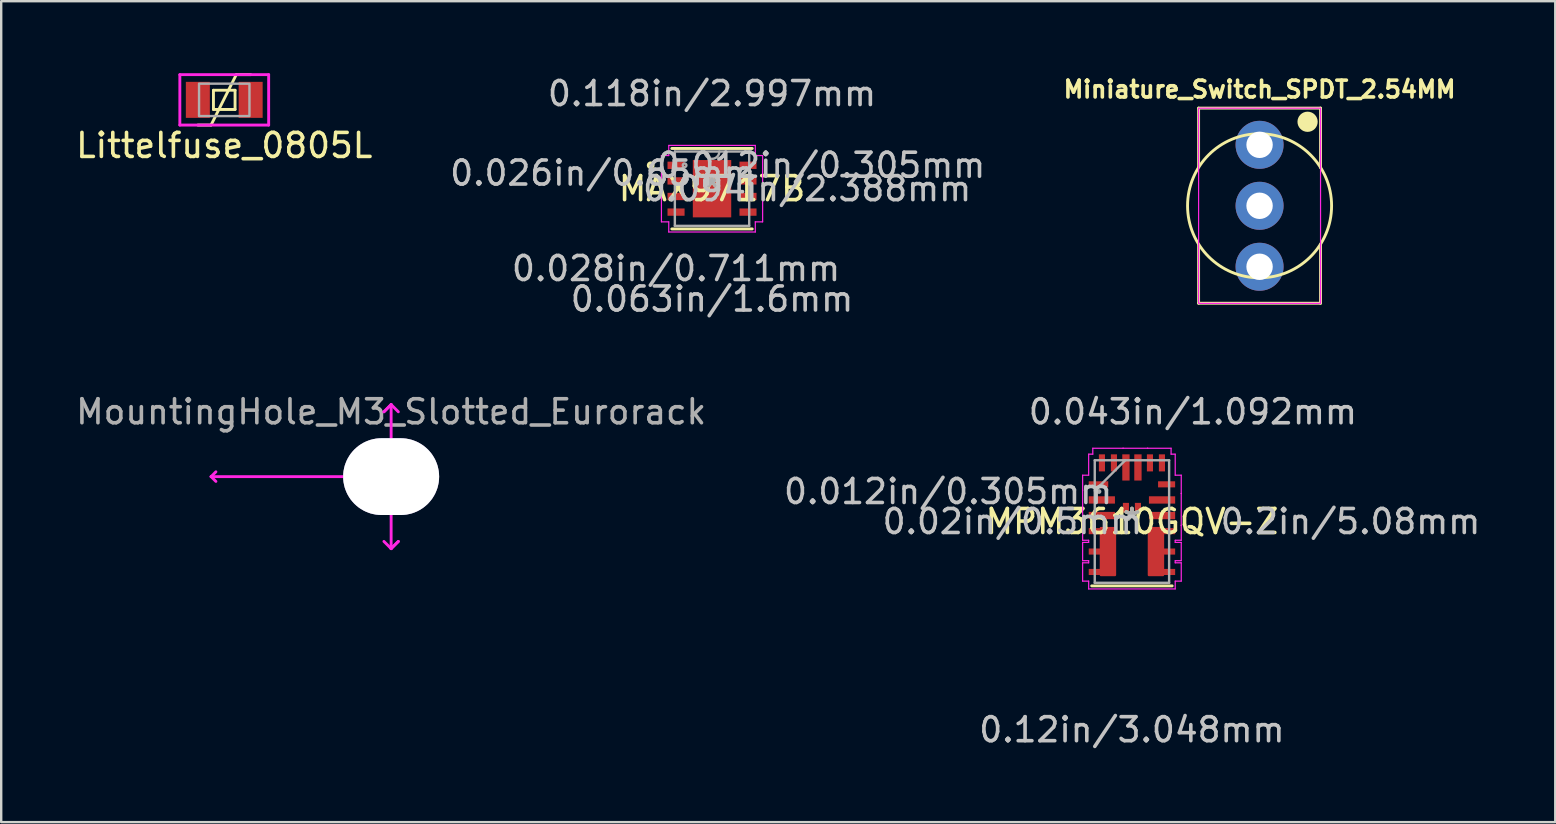
<source format=kicad_pcb>
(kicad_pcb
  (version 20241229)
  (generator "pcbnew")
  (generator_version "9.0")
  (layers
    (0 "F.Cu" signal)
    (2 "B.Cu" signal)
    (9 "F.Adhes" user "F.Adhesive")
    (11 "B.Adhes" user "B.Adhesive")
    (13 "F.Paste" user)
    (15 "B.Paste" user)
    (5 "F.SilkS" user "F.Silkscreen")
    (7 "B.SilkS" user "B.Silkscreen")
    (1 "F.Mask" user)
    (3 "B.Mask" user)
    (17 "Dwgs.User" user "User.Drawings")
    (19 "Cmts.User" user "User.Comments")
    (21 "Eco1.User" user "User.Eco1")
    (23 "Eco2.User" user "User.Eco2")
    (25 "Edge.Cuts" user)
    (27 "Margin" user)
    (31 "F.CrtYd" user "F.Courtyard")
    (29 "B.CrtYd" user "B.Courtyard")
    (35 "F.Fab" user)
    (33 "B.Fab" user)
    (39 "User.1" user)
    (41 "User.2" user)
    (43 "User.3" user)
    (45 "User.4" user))
  (footprint "Littelfuse_0805L"
    (layer "F.Cu")
    (at 6.292 1.11)
    (property "Reference" "Littelfuse_0805L" (at 0 1.9 0) (layer "F.SilkS") (effects (font (size 1 1) (thickness 0.15))))
    (attr through_hole)
    (fp_line (start -0.55 1.05) (end -1.1 1.05) (stroke (width 0.12) (type solid)) (layer "F.SilkS"))
    (fp_line (start -0.55 1.05) (end 0.5 -1.05) (stroke (width 0.12) (type solid)) (layer "F.SilkS"))
    (fp_line (start -0.45 -0.4) (end 0.45 -0.4) (stroke (width 0.12) (type solid)) (layer "F.SilkS"))
    (fp_line (start -0.45 0.4) (end -0.45 -0.4) (stroke (width 0.12) (type solid)) (layer "F.SilkS"))
    (fp_line (start 0.45 -0.4) (end 0.45 0.4) (stroke (width 0.12) (type solid)) (layer "F.SilkS"))
    (fp_line (start 0.45 0.4) (end -0.45 0.4) (stroke (width 0.12) (type solid)) (layer "F.SilkS"))
    (fp_line (start 0.5 -1.05) (end 1.1 -1.05) (stroke (width 0.12) (type solid)) (layer "F.SilkS"))
    (fp_line (start -1.85 -1.05) (end 1.85 -1.05) (stroke (width 0.12) (type solid)) (layer "F.CrtYd"))
    (fp_line (start -1.85 1.05) (end -1.85 -1.05) (stroke (width 0.12) (type solid)) (layer "F.CrtYd"))
    (fp_line (start 1.85 -1.05) (end 1.85 1.05) (stroke (width 0.12) (type solid)) (layer "F.CrtYd"))
    (fp_line (start 1.85 1.05) (end -1.85 1.05) (stroke (width 0.12) (type solid)) (layer "F.CrtYd"))
    (fp_poly (pts (xy 1.05 0.675) (xy -1.05 0.675) (xy -1.05 -0.675) (xy 1.05 -0.675)) (stroke (width 0.1) (type solid)) (fill no) (layer "F.Fab"))
    (pad "1" smd rect (at -1.1 0) (size 1 1.5) (layers "F.Cu" "F.Mask" "F.Paste"))
    (pad "2" smd rect (at 1.1 0) (size 1 1.5) (layers "F.Cu" "F.Mask" "F.Paste")))
  (footprint "MAX9717B"
    (layer "F.Cu")
    (at 26.612 4.811)
    (property "Reference" "MAX9717B" (at 0 0 0) (layer "F.SilkS") (effects (font (size 1 1) (thickness 0.15))))
    (attr through_hole)
    (fp_line (start -1.676 1.676) (end 1.676 1.676) (stroke (width 0.12) (type solid)) (layer "F.SilkS"))
    (fp_line (start 1.676 -1.676) (end -1.676 -1.676) (stroke (width 0.12) (type solid)) (layer "F.SilkS"))
    (fp_circle (center -2.555 -0.975) (end -2.453 -0.975) (stroke (width 0.12) (type solid)) (fill no) (layer "F.SilkS"))
    (fp_line (start -2.108 -1.381) (end -1.803 -1.381) (stroke (width 0.05) (type solid)) (layer "F.CrtYd"))
    (fp_line (start -2.108 1.381) (end -2.108 -1.381) (stroke (width 0.05) (type solid)) (layer "F.CrtYd"))
    (fp_line (start -1.803 -1.803) (end 1.803 -1.803) (stroke (width 0.05) (type solid)) (layer "F.CrtYd"))
    (fp_line (start -1.803 -1.381) (end -1.803 -1.803) (stroke (width 0.05) (type solid)) (layer "F.CrtYd"))
    (fp_line (start -1.803 1.381) (end -2.108 1.381) (stroke (width 0.05) (type solid)) (layer "F.CrtYd"))
    (fp_line (start -1.803 1.803) (end -1.803 1.381) (stroke (width 0.05) (type solid)) (layer "F.CrtYd"))
    (fp_line (start 1.803 -1.803) (end 1.803 -1.381) (stroke (width 0.05) (type solid)) (layer "F.CrtYd"))
    (fp_line (start 1.803 -1.381) (end 2.108 -1.381) (stroke (width 0.05) (type solid)) (layer "F.CrtYd"))
    (fp_line (start 1.803 1.381) (end 1.803 1.803) (stroke (width 0.05) (type solid)) (layer "F.CrtYd"))
    (fp_line (start 1.803 1.803) (end -1.803 1.803) (stroke (width 0.05) (type solid)) (layer "F.CrtYd"))
    (fp_line (start 2.108 -1.381) (end 2.108 1.381) (stroke (width 0.05) (type solid)) (layer "F.CrtYd"))
    (fp_line (start 2.108 1.381) (end 1.803 1.381) (stroke (width 0.05) (type solid)) (layer "F.CrtYd"))
    (fp_line (start -1.549 -1.549) (end -1.549 1.549) (stroke (width 0.1) (type solid)) (layer "F.Fab"))
    (fp_line (start -1.549 1.549) (end 1.549 1.549) (stroke (width 0.1) (type solid)) (layer "F.Fab"))
    (fp_line (start 1.549 -1.549) (end -1.549 -1.549) (stroke (width 0.1) (type solid)) (layer "F.Fab"))
    (fp_line (start 1.549 1.549) (end 1.549 -1.549) (stroke (width 0.1) (type solid)) (layer "F.Fab"))
    (fp_arc (start 0.3048 -1.5494) (mid 0 -1.2446) (end -0.3048 -1.5494) (stroke (width 0.1) (type solid)) (layer "F.Fab"))
    (fp_circle (center -1.143 -0.975) (end -1.067 -0.975) (stroke (width 0.1) (type solid)) (fill no) (layer "F.Fab"))
    (fp_text user "*" (at 0 0 0) (layer "F.SilkS") (effects (font (size 1 1) (thickness 0.15))))
    (fp_text user "0.094in/2.388mm" (at 3.962 0 0) (layer "Dwgs.User") (effects (font (size 1 1) (thickness 0.15))))
    (fp_text user "0.028in/0.711mm" (at -1.499 3.327 0) (layer "Dwgs.User") (effects (font (size 1 1) (thickness 0.15))))
    (fp_text user "0.063in/1.6mm" (at 0 4.597 0) (layer "Dwgs.User") (effects (font (size 1 1) (thickness 0.15))))
    (fp_text user "0.012in/0.305mm" (at 4.547 -0.975 0) (layer "Dwgs.User") (effects (font (size 1 1) (thickness 0.15))))
    (fp_text user "0.026in/0.65mm" (at -4.547 -0.65 0) (layer "Dwgs.User") (effects (font (size 1 1) (thickness 0.15))))
    (fp_text user "0.118in/2.997mm" (at 0 -3.962 0) (layer "Dwgs.User") (effects (font (size 1 1) (thickness 0.15))))
    (fp_text user "Copyright 2021 Accelerated Designs. All rights reserved." (at 0 0 0) (layer "Cmts.User") (effects (font (size 0.127 0.127) (thickness 0.002))))
    (fp_text user "*" (at 0 0 0) (layer "F.Fab") (effects (font (size 1 1) (thickness 0.15))))
    (pad "1" smd rect (at -1.499 -0.975) (size 0.711 0.305) (layers "F.Cu" "F.Mask" "F.Paste"))
    (pad "2" smd rect (at -1.499 -0.325) (size 0.711 0.305) (layers "F.Cu" "F.Mask" "F.Paste"))
    (pad "3" smd rect (at -1.499 0.325) (size 0.711 0.305) (layers "F.Cu" "F.Mask" "F.Paste"))
    (pad "4" smd rect (at -1.499 0.975) (size 0.711 0.305) (layers "F.Cu" "F.Mask" "F.Paste"))
    (pad "5" smd rect (at 1.499 0.975) (size 0.711 0.305) (layers "F.Cu" "F.Mask" "F.Paste"))
    (pad "6" smd rect (at 1.499 0.325) (size 0.711 0.305) (layers "F.Cu" "F.Mask" "F.Paste"))
    (pad "7" smd rect (at 1.499 -0.325) (size 0.711 0.305) (layers "F.Cu" "F.Mask" "F.Paste"))
    (pad "8" smd rect (at 1.499 -0.975) (size 0.711 0.305) (layers "F.Cu" "F.Mask" "F.Paste"))
    (pad "9" smd rect (at 0 0) (size 1.6 2.388) (layers "F.Cu" "F.Mask" "F.Paste")))
  (footprint "Miniature_Switch_SPDT_2.54MM"
    (layer "F.Cu")
    (at 49.422 5.523)
    (property "Reference" "Miniature_Switch_SPDT_2.54MM" (at 0 -4.85 0) (unlocked yes) (layer "F.SilkS") (effects (font (size 0.7 0.7) (thickness 0.15))))
    (attr through_hole)
    (fp_line (start -2.54 -4.07) (end -2.54 -1.62) (stroke (width 0.12) (type solid)) (layer "F.SilkS"))
    (fp_line (start -2.54 -4.07) (end 2.54 -4.07) (stroke (width 0.12) (type solid)) (layer "F.SilkS"))
    (fp_line (start -2.54 4.06) (end -2.54 1.62) (stroke (width 0.12) (type solid)) (layer "F.SilkS"))
    (fp_line (start -2.54 4.06) (end 2.54 4.06) (stroke (width 0.12) (type solid)) (layer "F.SilkS"))
    (fp_line (start 2.54 -4.07) (end 2.54 -1.59) (stroke (width 0.12) (type solid)) (layer "F.SilkS"))
    (fp_line (start 2.54 4.06) (end 2.54 1.61) (stroke (width 0.12) (type solid)) (layer "F.SilkS"))
    (fp_circle (center 0 0) (end 3 0) (stroke (width 0.12) (type solid)) (fill no) (layer "F.SilkS"))
    (fp_circle (center 2 -3.5) (end 2.361 -3.5) (stroke (width 0.12) (type solid)) (fill yes) (layer "F.SilkS"))
    (fp_rect (start -2.54 -4.065) (end 2.54 4.065) (stroke (width 0.05) (type solid)) (fill no) (layer "F.CrtYd"))
    (pad "1" thru_hole circle (at 0 -2.54) (size 2 2) (drill 1.1) (layers "*.Cu" "*.Mask"))
    (pad "2" thru_hole circle (at 0 0) (size 2 2) (drill 1.1) (layers "*.Cu" "*.Mask"))
    (pad "3" thru_hole circle (at 0 2.54) (size 2 2) (drill 1.1) (layers "*.Cu" "*.Mask")))
  (footprint "MPM3610GQV-Z"
    (layer "F.Cu")
    (at 44.105 18.677)
    (property "Reference" "MPM3610GQV-Z" (at 0 0 0) (layer "F.SilkS") (effects (font (size 1 1) (thickness 0.15))))
    (attr through_hole)
    (fp_poly (pts (xy -1.292 0.273) (xy -0.708 0.273) (xy -0.708 2.227) (xy -1.292 2.227)) (stroke (width 0.1) (type solid)) (fill yes) (layer "F.Cu"))
    (fp_poly (pts (xy 1.292 2.227) (xy 0.708 2.227) (xy 0.708 0.273) (xy 1.292 0.273)) (stroke (width 0.1) (type solid)) (fill yes) (layer "F.Cu"))
    (fp_circle (center -2.434 -1.25) (end -2.434 -1.25) (stroke (width 0.1) (type solid)) (fill no) (layer "F.Mask"))
    (fp_poly (pts (xy -1.292 0.273) (xy -0.708 0.273) (xy -0.708 2.227) (xy -1.292 2.227)) (stroke (width 0.1) (type solid)) (fill yes) (layer "F.Mask"))
    (fp_poly (pts (xy 1.292 2.227) (xy 0.708 2.227) (xy 0.708 0.273) (xy 1.292 0.273)) (stroke (width 0.1) (type solid)) (fill yes) (layer "F.Mask"))
    (fp_line (start 1.676 2.68) (end -1.676 2.68) (stroke (width 0.12) (type solid)) (layer "F.SilkS"))
    (fp_poly (pts (xy -1.292 0.273) (xy -0.708 0.273) (xy -0.708 2.227) (xy -1.292 2.227)) (stroke (width 0.1) (type solid)) (fill yes) (layer "F.Paste"))
    (fp_poly (pts (xy 1.292 2.227) (xy 0.708 2.227) (xy 0.708 0.273) (xy 1.292 0.273)) (stroke (width 0.1) (type solid)) (fill yes) (layer "F.Paste"))
    (fp_line (start -2.054 -1.931) (end -2.054 -1.306) (stroke (width 0.05) (type solid)) (layer "F.CrtYd"))
    (fp_line (start -2.054 -1.306) (end -2.054 -1.306) (stroke (width 0.05) (type solid)) (layer "F.CrtYd"))
    (fp_line (start -2.054 -1.306) (end -2.054 0.019) (stroke (width 0.05) (type solid)) (layer "F.CrtYd"))
    (fp_line (start -2.054 0.019) (end -2.054 0.019) (stroke (width 0.05) (type solid)) (layer "F.CrtYd"))
    (fp_line (start -2.054 0.019) (end -2.054 0.781) (stroke (width 0.05) (type solid)) (layer "F.CrtYd"))
    (fp_line (start -2.054 0.781) (end -1.803 0.781) (stroke (width 0.05) (type solid)) (layer "F.CrtYd"))
    (fp_line (start -2.054 0.869) (end -2.054 1.631) (stroke (width 0.05) (type solid)) (layer "F.CrtYd"))
    (fp_line (start -2.054 1.631) (end -1.803 1.631) (stroke (width 0.05) (type solid)) (layer "F.CrtYd"))
    (fp_line (start -2.054 1.719) (end -2.054 2.481) (stroke (width 0.05) (type solid)) (layer "F.CrtYd"))
    (fp_line (start -2.054 2.481) (end -1.803 2.481) (stroke (width 0.05) (type solid)) (layer "F.CrtYd"))
    (fp_line (start -1.803 -2.807) (end -1.803 -1.931) (stroke (width 0.05) (type solid)) (layer "F.CrtYd"))
    (fp_line (start -1.803 -1.931) (end -2.054 -1.931) (stroke (width 0.05) (type solid)) (layer "F.CrtYd"))
    (fp_line (start -1.803 0.781) (end -1.803 0.869) (stroke (width 0.05) (type solid)) (layer "F.CrtYd"))
    (fp_line (start -1.803 0.869) (end -2.054 0.869) (stroke (width 0.05) (type solid)) (layer "F.CrtYd"))
    (fp_line (start -1.803 1.631) (end -1.803 1.719) (stroke (width 0.05) (type solid)) (layer "F.CrtYd"))
    (fp_line (start -1.803 1.719) (end -2.054 1.719) (stroke (width 0.05) (type solid)) (layer "F.CrtYd"))
    (fp_line (start -1.803 2.481) (end -1.803 2.807) (stroke (width 0.05) (type solid)) (layer "F.CrtYd"))
    (fp_line (start -1.803 2.807) (end 1.803 2.807) (stroke (width 0.05) (type solid)) (layer "F.CrtYd"))
    (fp_line (start -1.631 -3.054) (end -1.631 -2.807) (stroke (width 0.05) (type solid)) (layer "F.CrtYd"))
    (fp_line (start -1.631 -2.807) (end -1.803 -2.807) (stroke (width 0.05) (type solid)) (layer "F.CrtYd"))
    (fp_line (start -0.369 -3.054) (end -0.369 -3.054) (stroke (width 0.05) (type solid)) (layer "F.CrtYd"))
    (fp_line (start -0.369 -3.054) (end -1.631 -3.054) (stroke (width 0.05) (type solid)) (layer "F.CrtYd"))
    (fp_line (start 0.656 -3.054) (end -0.369 -3.054) (stroke (width 0.05) (type solid)) (layer "F.CrtYd"))
    (fp_line (start 0.656 -3.054) (end 0.656 -3.054) (stroke (width 0.05) (type solid)) (layer "F.CrtYd"))
    (fp_line (start 1.631 -3.054) (end 0.656 -3.054) (stroke (width 0.05) (type solid)) (layer "F.CrtYd"))
    (fp_line (start 1.631 -2.807) (end 1.631 -3.054) (stroke (width 0.05) (type solid)) (layer "F.CrtYd"))
    (fp_line (start 1.803 -2.807) (end 1.631 -2.807) (stroke (width 0.05) (type solid)) (layer "F.CrtYd"))
    (fp_line (start 1.803 -1.931) (end 1.803 -2.807) (stroke (width 0.05) (type solid)) (layer "F.CrtYd"))
    (fp_line (start 1.803 0.781) (end 2.054 0.781) (stroke (width 0.05) (type solid)) (layer "F.CrtYd"))
    (fp_line (start 1.803 0.869) (end 1.803 0.781) (stroke (width 0.05) (type solid)) (layer "F.CrtYd"))
    (fp_line (start 1.803 1.631) (end 2.054 1.631) (stroke (width 0.05) (type solid)) (layer "F.CrtYd"))
    (fp_line (start 1.803 1.719) (end 1.803 1.631) (stroke (width 0.05) (type solid)) (layer "F.CrtYd"))
    (fp_line (start 1.803 2.481) (end 2.054 2.481) (stroke (width 0.05) (type solid)) (layer "F.CrtYd"))
    (fp_line (start 1.803 2.807) (end 1.803 2.481) (stroke (width 0.05) (type solid)) (layer "F.CrtYd"))
    (fp_line (start 2.054 -1.931) (end 1.803 -1.931) (stroke (width 0.05) (type solid)) (layer "F.CrtYd"))
    (fp_line (start 2.054 -1.169) (end 2.054 -1.931) (stroke (width 0.05) (type solid)) (layer "F.CrtYd"))
    (fp_line (start 2.054 0.156) (end 2.054 0.156) (stroke (width 0.05) (type solid)) (layer "F.CrtYd"))
    (fp_line (start 2.054 0.781) (end 2.054 0.156) (stroke (width 0.05) (type solid)) (layer "F.CrtYd"))
    (fp_line (start 2.054 0.869) (end 1.803 0.869) (stroke (width 0.05) (type solid)) (layer "F.CrtYd"))
    (fp_line (start 2.054 1.631) (end 2.054 0.869) (stroke (width 0.05) (type solid)) (layer "F.CrtYd"))
    (fp_line (start 2.054 1.719) (end 1.803 1.719) (stroke (width 0.05) (type solid)) (layer "F.CrtYd"))
    (fp_line (start 2.054 2.481) (end 2.054 1.719) (stroke (width 0.05) (type solid)) (layer "F.CrtYd"))
    (fp_line (start 2.054 -1.169) (end 2.054 -1.169) (stroke (width 0.05) (type solid)) (layer "F.CrtYd"))
    (fp_line (start 2.054 0.156) (end 2.054 -1.169) (stroke (width 0.05) (type solid)) (layer "F.CrtYd"))
    (fp_line (start -1.549 -2.553) (end -1.549 2.553) (stroke (width 0.1) (type solid)) (layer "F.Fab"))
    (fp_line (start -1.549 -1.283) (end -0.279 -2.553) (stroke (width 0.1) (type solid)) (layer "F.Fab"))
    (fp_line (start -1.549 2.553) (end 1.549 2.553) (stroke (width 0.1) (type solid)) (layer "F.Fab"))
    (fp_line (start 1.549 -2.553) (end -1.549 -2.553) (stroke (width 0.1) (type solid)) (layer "F.Fab"))
    (fp_line (start 1.549 2.553) (end 1.549 -2.553) (stroke (width 0.1) (type solid)) (layer "F.Fab"))
    (fp_circle (center -1.372 -1.25) (end -1.372 -1.25) (stroke (width 0.1) (type solid)) (fill no) (layer "F.Fab"))
    (fp_text user "*" (at 0 0 0) (layer "F.SilkS") (effects (font (size 1 1) (thickness 0.15))))
    (fp_text user "0.02in/0.5mm" (at -4.978 0 0) (layer "Dwgs.User") (effects (font (size 1 1) (thickness 0.15))))
    (fp_text user "0.012in/0.305mm" (at -7.658 -1.25 0) (layer "Dwgs.User") (effects (font (size 1 1) (thickness 0.15))))
    (fp_text user "0.12in/3.048mm" (at 0 8.674 0) (layer "Dwgs.User") (effects (font (size 1 1) (thickness 0.15))))
    (fp_text user "0.2in/5.08mm" (at 9.106 0 0) (layer "Dwgs.User") (effects (font (size 1 1) (thickness 0.15))))
    (fp_text user "0.043in/1.092mm" (at 2.54 -4.572 0) (layer "Dwgs.User") (effects (font (size 1 1) (thickness 0.15))))
    (fp_text user "Copyright 2021 Accelerated Designs. All rights reserved." (at 0 0 0) (layer "Cmts.User") (effects (font (size 0.127 0.127) (thickness 0.002))))
    (fp_text user "*" (at 0 0 0) (layer "F.Fab") (effects (font (size 1 1) (thickness 0.15))))
    (pad "1" smd rect (at -1.394 -1.55) (size 0.813 0.254) (layers "F.Cu" "F.Mask" "F.Paste"))
    (pad "2" smd rect (at -1.254 -0.9) (size 1.092 0.305) (layers "F.Cu" "F.Mask" "F.Paste"))
    (pad "3" smd rect (at -1.254 -0.25) (size 1.092 0.305) (layers "F.Cu" "F.Mask" "F.Paste"))
    (pad "4" smd rect (at -1.546 0.4) (size 0.508 0.254) (layers "F.Cu" "F.Mask" "F.Paste"))
    (pad "5" smd rect (at -1.546 1.25) (size 0.508 0.254) (layers "F.Cu" "F.Mask" "F.Paste"))
    (pad "6" smd rect (at -1.546 2.1) (size 0.508 0.254) (layers "F.Cu" "F.Mask" "F.Paste"))
    (pad "7" smd rect (at 1.546 2.1) (size 0.508 0.254) (layers "F.Cu" "F.Mask" "F.Paste"))
    (pad "8" smd rect (at 1.546 1.25) (size 0.508 0.254) (layers "F.Cu" "F.Mask" "F.Paste"))
    (pad "9" smd rect (at 1.546 0.4) (size 0.508 0.254) (layers "F.Cu" "F.Mask" "F.Paste"))
    (pad "10" smd rect (at 1.254 -0.25) (size 1.092 0.305) (layers "F.Cu" "F.Mask" "F.Paste"))
    (pad "11" smd rect (at 1.254 -0.9) (size 1.092 0.305) (layers "F.Cu" "F.Mask" "F.Paste"))
    (pad "12" smd rect (at 1.444 -1.55) (size 0.711 0.254) (layers "F.Cu" "F.Mask" "F.Paste"))
    (pad "13" smd rect (at 1.25 -2.444 90) (size 0.711 0.254) (layers "F.Cu" "F.Mask" "F.Paste"))
    (pad "14" smd rect (at 0.75 -2.444 90) (size 0.711 0.254) (layers "F.Cu" "F.Mask" "F.Paste"))
    (pad "15" smd rect (at 0.25 -2.254 90) (size 1.092 0.305) (layers "F.Cu" "F.Mask" "F.Paste"))
    (pad "16" smd rect (at -0.25 -2.254 90) (size 1.092 0.305) (layers "F.Cu" "F.Mask" "F.Paste"))
    (pad "17" smd rect (at -0.75 -2.444 90) (size 0.711 0.254) (layers "F.Cu" "F.Mask" "F.Paste"))
    (pad "18" smd rect (at -1.25 -2.444 90) (size 0.711 0.254) (layers "F.Cu" "F.Mask" "F.Paste"))
    (pad "19" smd rect (at -0.25 -0.575) (size 0.254 0.406) (layers "F.Cu" "F.Mask" "F.Paste"))
    (pad "20" smd rect (at 0.25 -0.575) (size 0.254 0.406) (layers "F.Cu" "F.Mask" "F.Paste")))
  (footprint "MountingHole_M3_Slotted_Eurorack"
    (layer "F.Cu")
    (at 13.244 16.805)
    (property "Reference" "MountingHole_M3_Slotted_Eurorack" (at 0 -2.7 0) (layer "F.Fab") (effects (font (size 1 1) (thickness 0.15))))
    (attr exclude_from_pos_files exclude_from_bom)
    (fp_line (start -7.5 0) (end -7.3 -0.2) (stroke (width 0.12) (type solid)) (layer "F.CrtYd"))
    (fp_line (start -7.5 0) (end -7.3 0.2) (stroke (width 0.12) (type solid)) (layer "F.CrtYd"))
    (fp_line (start -0.3 -2.7) (end 0 -3) (stroke (width 0.12) (type solid)) (layer "F.CrtYd"))
    (fp_line (start 0 -3) (end -0.3 -2.7) (stroke (width 0.12) (type solid)) (layer "F.CrtYd"))
    (fp_line (start 0 -3) (end 0.3 -2.7) (stroke (width 0.12) (type solid)) (layer "F.CrtYd"))
    (fp_line (start 0 0) (end -7.5 0) (stroke (width 0.12) (type solid)) (layer "F.CrtYd"))
    (fp_line (start 0 0) (end 0 -3) (stroke (width 0.12) (type solid)) (layer "F.CrtYd"))
    (fp_line (start 0 0) (end 0 3) (stroke (width 0.12) (type solid)) (layer "F.CrtYd"))
    (fp_line (start 0 3) (end -0.3 2.7) (stroke (width 0.12) (type solid)) (layer "F.CrtYd"))
    (fp_line (start 0 3) (end 0.3 2.7) (stroke (width 0.12) (type solid)) (layer "F.CrtYd"))
    (fp_line (start 0.3 2.7) (end 0 3) (stroke (width 0.12) (type solid)) (layer "F.CrtYd"))
    (pad "" np_thru_hole roundrect (at 0 0) (size 4 3.2) (drill oval 4 3.2) (layers "*.Cu" "*.Mask") (roundrect_rratio 0.5)))
  (gr_rect
    (start -3 -3)
    (end 61.74 31.199)
    (stroke (width 0.1) (type default))
    (fill no)
    (layer "Edge.Cuts")))
</source>
